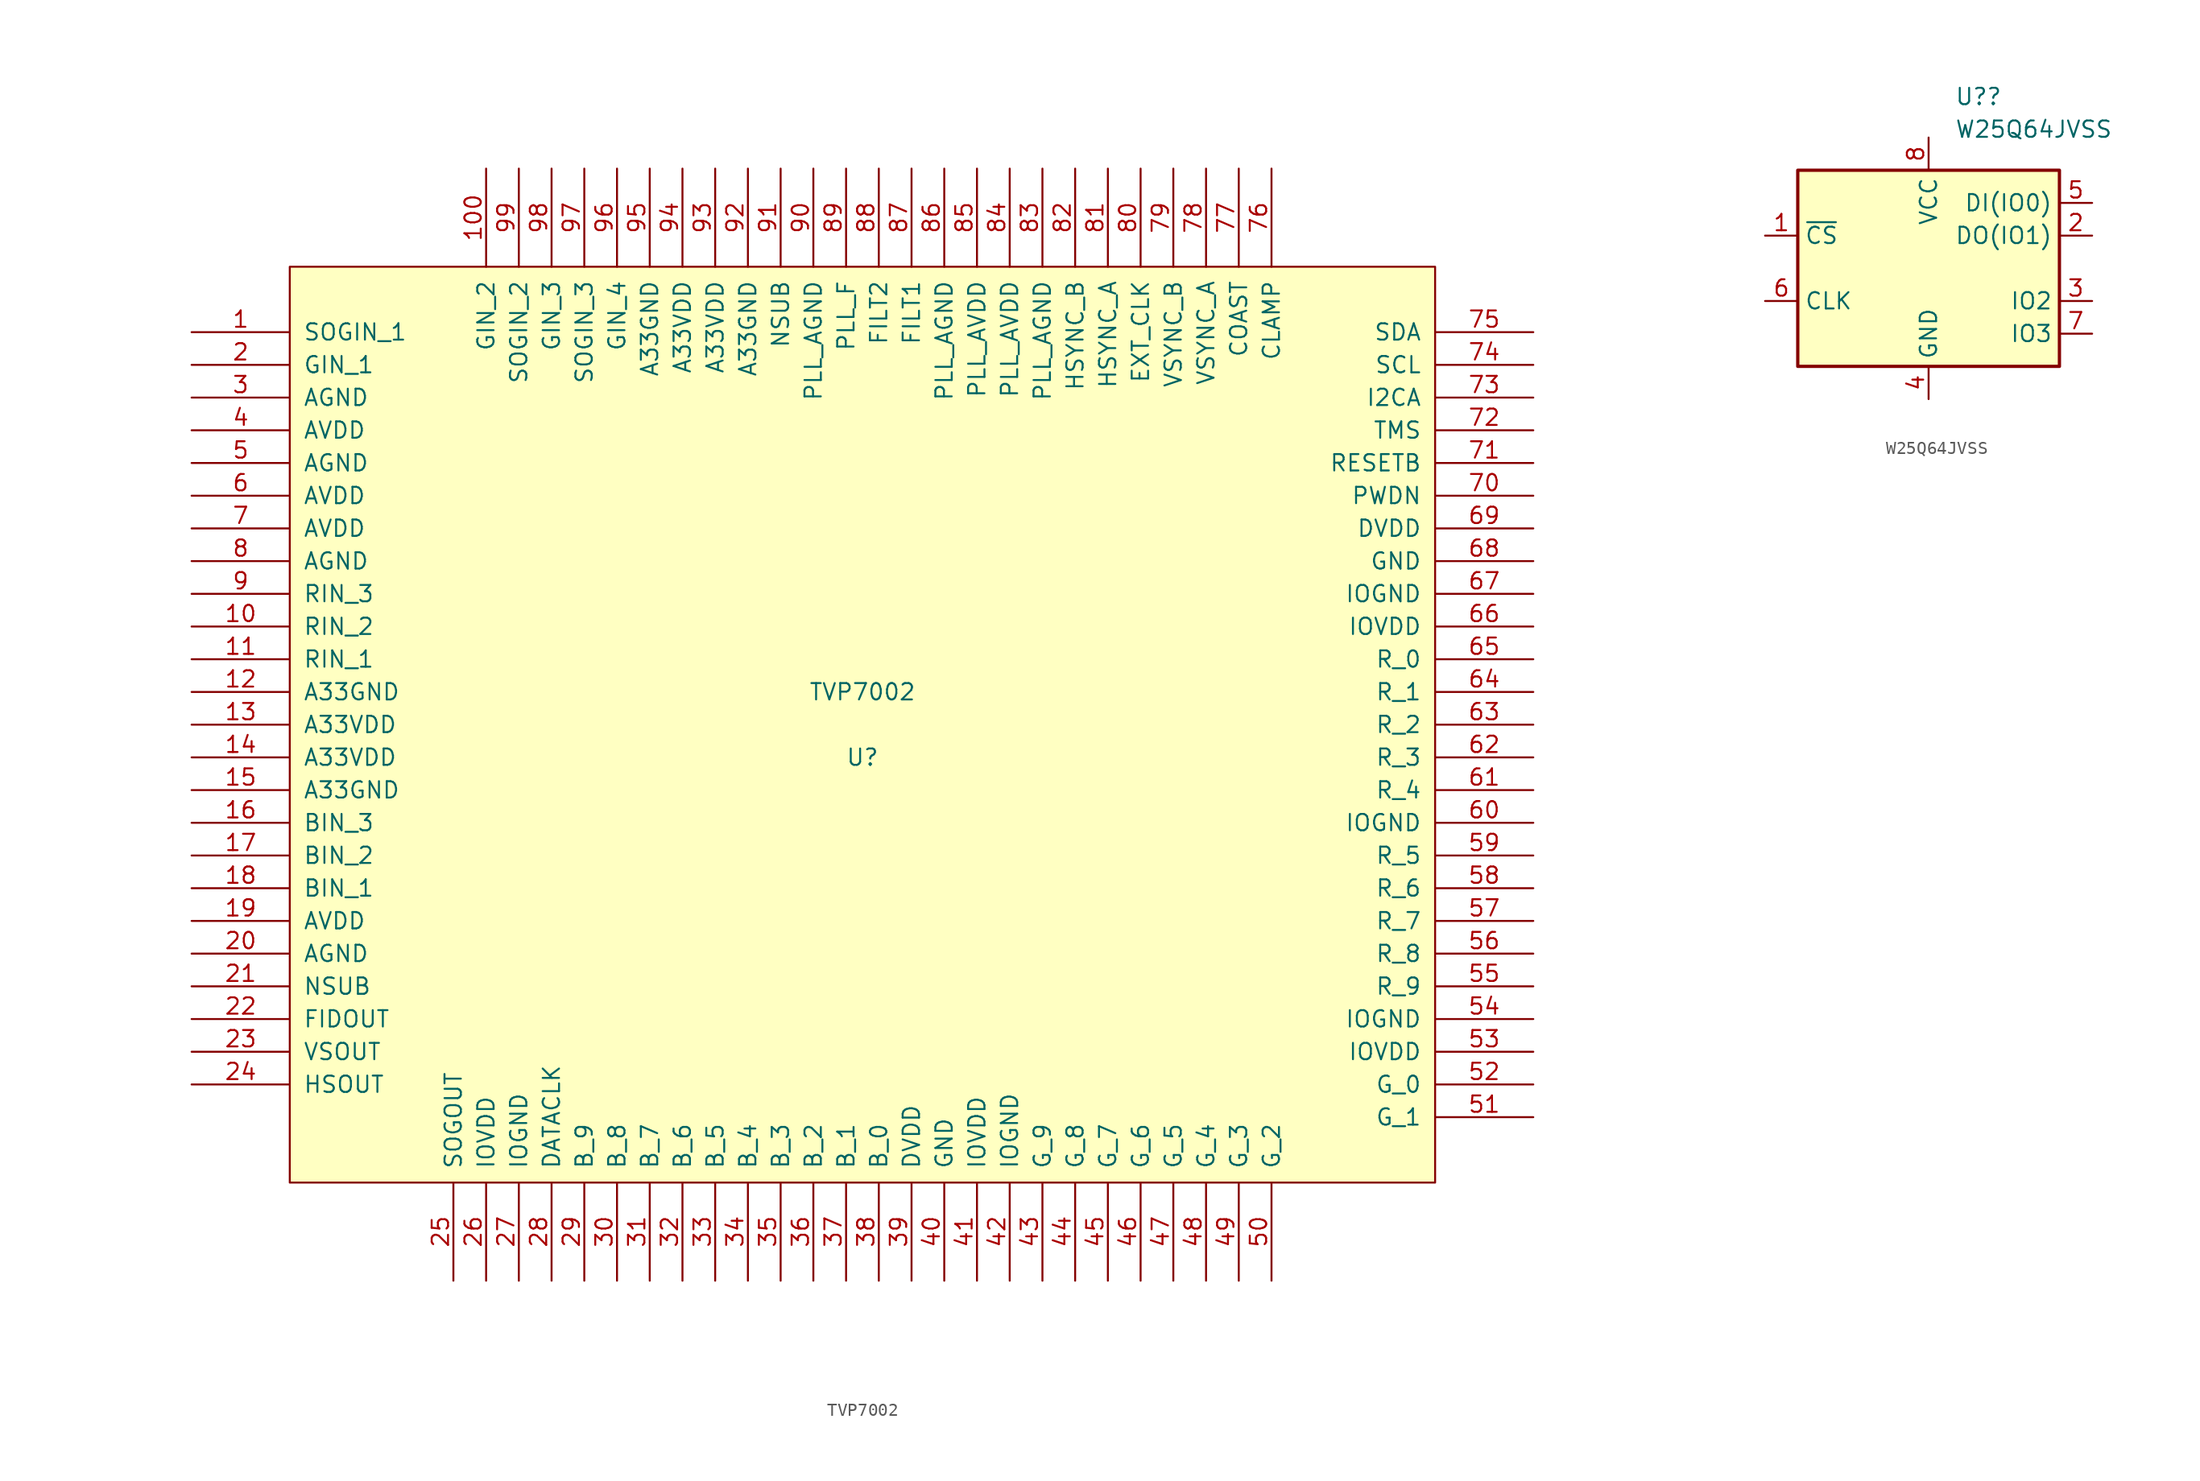
<source format=kicad_sym>
(kicad_symbol_lib
  (version 20211014)
  (generator kicad_symbol_editor)
  (symbol "TVP7002"
    (pin_names
      (offset 1.016))
    (property "Reference" "U"
      (at 0 -2.54 0)
      (effects (font (size 1.27 1.27))))
    (property "Value" "TVP7002"
      (at 0 2.54 0)
      (effects (font (size 1.27 1.27))))
    (symbol "TVP7002_1_0"
      (rectangle (start -44.45 -35.56) (end 44.45 35.56) (stroke (width 0) (type default) (color 0 0 0 0)) (fill (type background))))
    (symbol "TVP7002_1_1"
      (pin input line (at -52.07 30.48 0) (length 7.62) (name "SOGIN_1" (effects (font (size 1.27 1.27)))) (number "1" (effects (font (size 1.27 1.27)))))
      (pin input line (at -52.07 7.62 0) (length 7.62) (name "RIN_2" (effects (font (size 1.27 1.27)))) (number "10" (effects (font (size 1.27 1.27)))))
      (pin input line (at -29.21 43.18 270) (length 7.62) (name "GIN_2" (effects (font (size 1.27 1.27)))) (number "100" (effects (font (size 1.27 1.27)))))
      (pin power_in line (at 11.43 -43.18 90) (length 2.54) hide (name "EP_GND" (effects (font (size 1.27 1.27)))) (number "101" (effects (font (size 1.27 1.27)))))
      (pin input line (at -52.07 5.08 0) (length 7.62) (name "RIN_1" (effects (font (size 1.27 1.27)))) (number "11" (effects (font (size 1.27 1.27)))))
      (pin power_in line (at -52.07 2.54 0) (length 7.62) (name "A33GND" (effects (font (size 1.27 1.27)))) (number "12" (effects (font (size 1.27 1.27)))))
      (pin power_in line (at -52.07 0 0) (length 7.62) (name "A33VDD" (effects (font (size 1.27 1.27)))) (number "13" (effects (font (size 1.27 1.27)))))
      (pin power_in line (at -52.07 -2.54 0) (length 7.62) (name "A33VDD" (effects (font (size 1.27 1.27)))) (number "14" (effects (font (size 1.27 1.27)))))
      (pin power_in line (at -52.07 -5.08 0) (length 7.62) (name "A33GND" (effects (font (size 1.27 1.27)))) (number "15" (effects (font (size 1.27 1.27)))))
      (pin input line (at -52.07 -7.62 0) (length 7.62) (name "BIN_3" (effects (font (size 1.27 1.27)))) (number "16" (effects (font (size 1.27 1.27)))))
      (pin input line (at -52.07 -10.16 0) (length 7.62) (name "BIN_2" (effects (font (size 1.27 1.27)))) (number "17" (effects (font (size 1.27 1.27)))))
      (pin input line (at -52.07 -12.7 0) (length 7.62) (name "BIN_1" (effects (font (size 1.27 1.27)))) (number "18" (effects (font (size 1.27 1.27)))))
      (pin power_in line (at -52.07 -15.24 0) (length 7.62) (name "AVDD" (effects (font (size 1.27 1.27)))) (number "19" (effects (font (size 1.27 1.27)))))
      (pin input line (at -52.07 27.94 0) (length 7.62) (name "GIN_1" (effects (font (size 1.27 1.27)))) (number "2" (effects (font (size 1.27 1.27)))))
      (pin power_in line (at -52.07 -17.78 0) (length 7.62) (name "AGND" (effects (font (size 1.27 1.27)))) (number "20" (effects (font (size 1.27 1.27)))))
      (pin power_in line (at -52.07 -20.32 0) (length 7.62) (name "NSUB" (effects (font (size 1.27 1.27)))) (number "21" (effects (font (size 1.27 1.27)))))
      (pin output line (at -52.07 -22.86 0) (length 7.62) (name "FIDOUT" (effects (font (size 1.27 1.27)))) (number "22" (effects (font (size 1.27 1.27)))))
      (pin output line (at -52.07 -25.4 0) (length 7.62) (name "VSOUT" (effects (font (size 1.27 1.27)))) (number "23" (effects (font (size 1.27 1.27)))))
      (pin output line (at -52.07 -27.94 0) (length 7.62) (name "HSOUT" (effects (font (size 1.27 1.27)))) (number "24" (effects (font (size 1.27 1.27)))))
      (pin output line (at -31.75 -43.18 90) (length 7.62) (name "SOGOUT" (effects (font (size 1.27 1.27)))) (number "25" (effects (font (size 1.27 1.27)))))
      (pin power_in line (at -29.21 -43.18 90) (length 7.62) (name "IOVDD" (effects (font (size 1.27 1.27)))) (number "26" (effects (font (size 1.27 1.27)))))
      (pin power_in line (at -26.67 -43.18 90) (length 7.62) (name "IOGND" (effects (font (size 1.27 1.27)))) (number "27" (effects (font (size 1.27 1.27)))))
      (pin output line (at -24.13 -43.18 90) (length 7.62) (name "DATACLK" (effects (font (size 1.27 1.27)))) (number "28" (effects (font (size 1.27 1.27)))))
      (pin output line (at -21.59 -43.18 90) (length 7.62) (name "B_9" (effects (font (size 1.27 1.27)))) (number "29" (effects (font (size 1.27 1.27)))))
      (pin power_in line (at -52.07 25.4 0) (length 7.62) (name "AGND" (effects (font (size 1.27 1.27)))) (number "3" (effects (font (size 1.27 1.27)))))
      (pin output line (at -19.05 -43.18 90) (length 7.62) (name "B_8" (effects (font (size 1.27 1.27)))) (number "30" (effects (font (size 1.27 1.27)))))
      (pin output line (at -16.51 -43.18 90) (length 7.62) (name "B_7" (effects (font (size 1.27 1.27)))) (number "31" (effects (font (size 1.27 1.27)))))
      (pin output line (at -13.97 -43.18 90) (length 7.62) (name "B_6" (effects (font (size 1.27 1.27)))) (number "32" (effects (font (size 1.27 1.27)))))
      (pin output line (at -11.43 -43.18 90) (length 7.62) (name "B_5" (effects (font (size 1.27 1.27)))) (number "33" (effects (font (size 1.27 1.27)))))
      (pin output line (at -8.89 -43.18 90) (length 7.62) (name "B_4" (effects (font (size 1.27 1.27)))) (number "34" (effects (font (size 1.27 1.27)))))
      (pin output line (at -6.35 -43.18 90) (length 7.62) (name "B_3" (effects (font (size 1.27 1.27)))) (number "35" (effects (font (size 1.27 1.27)))))
      (pin output line (at -3.81 -43.18 90) (length 7.62) (name "B_2" (effects (font (size 1.27 1.27)))) (number "36" (effects (font (size 1.27 1.27)))))
      (pin output line (at -1.27 -43.18 90) (length 7.62) (name "B_1" (effects (font (size 1.27 1.27)))) (number "37" (effects (font (size 1.27 1.27)))))
      (pin output line (at 1.27 -43.18 90) (length 7.62) (name "B_0" (effects (font (size 1.27 1.27)))) (number "38" (effects (font (size 1.27 1.27)))))
      (pin power_in line (at 3.81 -43.18 90) (length 7.62) (name "DVDD" (effects (font (size 1.27 1.27)))) (number "39" (effects (font (size 1.27 1.27)))))
      (pin power_in line (at -52.07 22.86 0) (length 7.62) (name "AVDD" (effects (font (size 1.27 1.27)))) (number "4" (effects (font (size 1.27 1.27)))))
      (pin power_in line (at 6.35 -43.18 90) (length 7.62) (name "GND" (effects (font (size 1.27 1.27)))) (number "40" (effects (font (size 1.27 1.27)))))
      (pin power_in line (at 8.89 -43.18 90) (length 7.62) (name "IOVDD" (effects (font (size 1.27 1.27)))) (number "41" (effects (font (size 1.27 1.27)))))
      (pin power_in line (at 11.43 -43.18 90) (length 7.62) (name "IOGND" (effects (font (size 1.27 1.27)))) (number "42" (effects (font (size 1.27 1.27)))))
      (pin output line (at 13.97 -43.18 90) (length 7.62) (name "G_9" (effects (font (size 1.27 1.27)))) (number "43" (effects (font (size 1.27 1.27)))))
      (pin output line (at 16.51 -43.18 90) (length 7.62) (name "G_8" (effects (font (size 1.27 1.27)))) (number "44" (effects (font (size 1.27 1.27)))))
      (pin output line (at 19.05 -43.18 90) (length 7.62) (name "G_7" (effects (font (size 1.27 1.27)))) (number "45" (effects (font (size 1.27 1.27)))))
      (pin output line (at 21.59 -43.18 90) (length 7.62) (name "G_6" (effects (font (size 1.27 1.27)))) (number "46" (effects (font (size 1.27 1.27)))))
      (pin output line (at 24.13 -43.18 90) (length 7.62) (name "G_5" (effects (font (size 1.27 1.27)))) (number "47" (effects (font (size 1.27 1.27)))))
      (pin output line (at 26.67 -43.18 90) (length 7.62) (name "G_4" (effects (font (size 1.27 1.27)))) (number "48" (effects (font (size 1.27 1.27)))))
      (pin output line (at 29.21 -43.18 90) (length 7.62) (name "G_3" (effects (font (size 1.27 1.27)))) (number "49" (effects (font (size 1.27 1.27)))))
      (pin power_in line (at -52.07 20.32 0) (length 7.62) (name "AGND" (effects (font (size 1.27 1.27)))) (number "5" (effects (font (size 1.27 1.27)))))
      (pin output line (at 31.75 -43.18 90) (length 7.62) (name "G_2" (effects (font (size 1.27 1.27)))) (number "50" (effects (font (size 1.27 1.27)))))
      (pin output line (at 52.07 -30.48 180) (length 7.62) (name "G_1" (effects (font (size 1.27 1.27)))) (number "51" (effects (font (size 1.27 1.27)))))
      (pin output line (at 52.07 -27.94 180) (length 7.62) (name "G_0" (effects (font (size 1.27 1.27)))) (number "52" (effects (font (size 1.27 1.27)))))
      (pin power_in line (at 52.07 -25.4 180) (length 7.62) (name "IOVDD" (effects (font (size 1.27 1.27)))) (number "53" (effects (font (size 1.27 1.27)))))
      (pin power_in line (at 52.07 -22.86 180) (length 7.62) (name "IOGND" (effects (font (size 1.27 1.27)))) (number "54" (effects (font (size 1.27 1.27)))))
      (pin output line (at 52.07 -20.32 180) (length 7.62) (name "R_9" (effects (font (size 1.27 1.27)))) (number "55" (effects (font (size 1.27 1.27)))))
      (pin output line (at 52.07 -17.78 180) (length 7.62) (name "R_8" (effects (font (size 1.27 1.27)))) (number "56" (effects (font (size 1.27 1.27)))))
      (pin output line (at 52.07 -15.24 180) (length 7.62) (name "R_7" (effects (font (size 1.27 1.27)))) (number "57" (effects (font (size 1.27 1.27)))))
      (pin output line (at 52.07 -12.7 180) (length 7.62) (name "R_6" (effects (font (size 1.27 1.27)))) (number "58" (effects (font (size 1.27 1.27)))))
      (pin output line (at 52.07 -10.16 180) (length 7.62) (name "R_5" (effects (font (size 1.27 1.27)))) (number "59" (effects (font (size 1.27 1.27)))))
      (pin power_in line (at -52.07 17.78 0) (length 7.62) (name "AVDD" (effects (font (size 1.27 1.27)))) (number "6" (effects (font (size 1.27 1.27)))))
      (pin power_in line (at 52.07 -7.62 180) (length 7.62) (name "IOGND" (effects (font (size 1.27 1.27)))) (number "60" (effects (font (size 1.27 1.27)))))
      (pin output line (at 52.07 -5.08 180) (length 7.62) (name "R_4" (effects (font (size 1.27 1.27)))) (number "61" (effects (font (size 1.27 1.27)))))
      (pin output line (at 52.07 -2.54 180) (length 7.62) (name "R_3" (effects (font (size 1.27 1.27)))) (number "62" (effects (font (size 1.27 1.27)))))
      (pin output line (at 52.07 0 180) (length 7.62) (name "R_2" (effects (font (size 1.27 1.27)))) (number "63" (effects (font (size 1.27 1.27)))))
      (pin output line (at 52.07 2.54 180) (length 7.62) (name "R_1" (effects (font (size 1.27 1.27)))) (number "64" (effects (font (size 1.27 1.27)))))
      (pin output line (at 52.07 5.08 180) (length 7.62) (name "R_0" (effects (font (size 1.27 1.27)))) (number "65" (effects (font (size 1.27 1.27)))))
      (pin power_in line (at 52.07 7.62 180) (length 7.62) (name "IOVDD" (effects (font (size 1.27 1.27)))) (number "66" (effects (font (size 1.27 1.27)))))
      (pin power_in line (at 52.07 10.16 180) (length 7.62) (name "IOGND" (effects (font (size 1.27 1.27)))) (number "67" (effects (font (size 1.27 1.27)))))
      (pin power_in line (at 52.07 12.7 180) (length 7.62) (name "GND" (effects (font (size 1.27 1.27)))) (number "68" (effects (font (size 1.27 1.27)))))
      (pin power_in line (at 52.07 15.24 180) (length 7.62) (name "DVDD" (effects (font (size 1.27 1.27)))) (number "69" (effects (font (size 1.27 1.27)))))
      (pin power_in line (at -52.07 15.24 0) (length 7.62) (name "AVDD" (effects (font (size 1.27 1.27)))) (number "7" (effects (font (size 1.27 1.27)))))
      (pin input line (at 52.07 17.78 180) (length 7.62) (name "PWDN" (effects (font (size 1.27 1.27)))) (number "70" (effects (font (size 1.27 1.27)))))
      (pin input line (at 52.07 20.32 180) (length 7.62) (name "RESETB" (effects (font (size 1.27 1.27)))) (number "71" (effects (font (size 1.27 1.27)))))
      (pin input line (at 52.07 22.86 180) (length 7.62) (name "TMS" (effects (font (size 1.27 1.27)))) (number "72" (effects (font (size 1.27 1.27)))))
      (pin passive line (at 52.07 25.4 180) (length 7.62) (name "I2CA" (effects (font (size 1.27 1.27)))) (number "73" (effects (font (size 1.27 1.27)))))
      (pin tri_state line (at 52.07 27.94 180) (length 7.62) (name "SCL" (effects (font (size 1.27 1.27)))) (number "74" (effects (font (size 1.27 1.27)))))
      (pin tri_state line (at 52.07 30.48 180) (length 7.62) (name "SDA" (effects (font (size 1.27 1.27)))) (number "75" (effects (font (size 1.27 1.27)))))
      (pin input line (at 31.75 43.18 270) (length 7.62) (name "CLAMP" (effects (font (size 1.27 1.27)))) (number "76" (effects (font (size 1.27 1.27)))))
      (pin input line (at 29.21 43.18 270) (length 7.62) (name "COAST" (effects (font (size 1.27 1.27)))) (number "77" (effects (font (size 1.27 1.27)))))
      (pin input line (at 26.67 43.18 270) (length 7.62) (name "VSYNC_A" (effects (font (size 1.27 1.27)))) (number "78" (effects (font (size 1.27 1.27)))))
      (pin input line (at 24.13 43.18 270) (length 7.62) (name "VSYNC_B" (effects (font (size 1.27 1.27)))) (number "79" (effects (font (size 1.27 1.27)))))
      (pin power_in line (at -52.07 12.7 0) (length 7.62) (name "AGND" (effects (font (size 1.27 1.27)))) (number "8" (effects (font (size 1.27 1.27)))))
      (pin input line (at 21.59 43.18 270) (length 7.62) (name "EXT_CLK" (effects (font (size 1.27 1.27)))) (number "80" (effects (font (size 1.27 1.27)))))
      (pin input line (at 19.05 43.18 270) (length 7.62) (name "HSYNC_A" (effects (font (size 1.27 1.27)))) (number "81" (effects (font (size 1.27 1.27)))))
      (pin input line (at 16.51 43.18 270) (length 7.62) (name "HSYNC_B" (effects (font (size 1.27 1.27)))) (number "82" (effects (font (size 1.27 1.27)))))
      (pin power_in line (at 13.97 43.18 270) (length 7.62) (name "PLL_AGND" (effects (font (size 1.27 1.27)))) (number "83" (effects (font (size 1.27 1.27)))))
      (pin power_in line (at 11.43 43.18 270) (length 7.62) (name "PLL_AVDD" (effects (font (size 1.27 1.27)))) (number "84" (effects (font (size 1.27 1.27)))))
      (pin power_in line (at 8.89 43.18 270) (length 7.62) (name "PLL_AVDD" (effects (font (size 1.27 1.27)))) (number "85" (effects (font (size 1.27 1.27)))))
      (pin power_in line (at 6.35 43.18 270) (length 7.62) (name "PLL_AGND" (effects (font (size 1.27 1.27)))) (number "86" (effects (font (size 1.27 1.27)))))
      (pin passive line (at 3.81 43.18 270) (length 7.62) (name "FILT1" (effects (font (size 1.27 1.27)))) (number "87" (effects (font (size 1.27 1.27)))))
      (pin passive line (at 1.27 43.18 270) (length 7.62) (name "FILT2" (effects (font (size 1.27 1.27)))) (number "88" (effects (font (size 1.27 1.27)))))
      (pin passive line (at -1.27 43.18 270) (length 7.62) (name "PLL_F" (effects (font (size 1.27 1.27)))) (number "89" (effects (font (size 1.27 1.27)))))
      (pin input line (at -52.07 10.16 0) (length 7.62) (name "RIN_3" (effects (font (size 1.27 1.27)))) (number "9" (effects (font (size 1.27 1.27)))))
      (pin power_in line (at -3.81 43.18 270) (length 7.62) (name "PLL_AGND" (effects (font (size 1.27 1.27)))) (number "90" (effects (font (size 1.27 1.27)))))
      (pin power_in line (at -6.35 43.18 270) (length 7.62) (name "NSUB" (effects (font (size 1.27 1.27)))) (number "91" (effects (font (size 1.27 1.27)))))
      (pin power_in line (at -8.89 43.18 270) (length 7.62) (name "A33GND" (effects (font (size 1.27 1.27)))) (number "92" (effects (font (size 1.27 1.27)))))
      (pin power_in line (at -11.43 43.18 270) (length 7.62) (name "A33VDD" (effects (font (size 1.27 1.27)))) (number "93" (effects (font (size 1.27 1.27)))))
      (pin power_in line (at -13.97 43.18 270) (length 7.62) (name "A33VDD" (effects (font (size 1.27 1.27)))) (number "94" (effects (font (size 1.27 1.27)))))
      (pin power_in line (at -16.51 43.18 270) (length 7.62) (name "A33GND" (effects (font (size 1.27 1.27)))) (number "95" (effects (font (size 1.27 1.27)))))
      (pin input line (at -19.05 43.18 270) (length 7.62) (name "GIN_4" (effects (font (size 1.27 1.27)))) (number "96" (effects (font (size 1.27 1.27)))))
      (pin input line (at -21.59 43.18 270) (length 7.62) (name "SOGIN_3" (effects (font (size 1.27 1.27)))) (number "97" (effects (font (size 1.27 1.27)))))
      (pin input line (at -24.13 43.18 270) (length 7.62) (name "GIN_3" (effects (font (size 1.27 1.27)))) (number "98" (effects (font (size 1.27 1.27)))))
      (pin input line (at -26.67 43.18 270) (length 7.62) (name "SOGIN_2" (effects (font (size 1.27 1.27)))) (number "99" (effects (font (size 1.27 1.27)))))))
  (symbol "W25Q64JVSS"
    (property "Reference" "U?"
      (at 2.019 13.335 0)
      (effects (font (size 1.27 1.27)) (justify left)))
    (property "Value" "W25Q64JVSS"
      (at 2.019 10.795 0)
      (effects (font (size 1.27 1.27)) (justify left)))
    (symbol "W25Q64JVSS_0_1"
      (rectangle (start -10.16 7.62) (end 10.16 -7.62) (stroke (width 0.254) (type default) (color 0 0 0 0)) (fill (type background))))
    (symbol "W25Q64JVSS_1_1"
      (pin input line (at -12.7 2.54 0) (length 2.54) (name "~{CS}" (effects (font (size 1.27 1.27)))) (number "1" (effects (font (size 1.27 1.27)))))
      (pin bidirectional line (at 12.7 2.54 180) (length 2.54) (name "DO(IO1)" (effects (font (size 1.27 1.27)))) (number "2" (effects (font (size 1.27 1.27)))))
      (pin bidirectional line (at 12.7 -2.54 180) (length 2.54) (name "IO2" (effects (font (size 1.27 1.27)))) (number "3" (effects (font (size 1.27 1.27)))))
      (pin power_in line (at 0 -10.16 90) (length 2.54) (name "GND" (effects (font (size 1.27 1.27)))) (number "4" (effects (font (size 1.27 1.27)))))
      (pin bidirectional line (at 12.7 5.08 180) (length 2.54) (name "DI(IO0)" (effects (font (size 1.27 1.27)))) (number "5" (effects (font (size 1.27 1.27)))))
      (pin input line (at -12.7 -2.54 0) (length 2.54) (name "CLK" (effects (font (size 1.27 1.27)))) (number "6" (effects (font (size 1.27 1.27)))))
      (pin bidirectional line (at 12.7 -5.08 180) (length 2.54) (name "IO3" (effects (font (size 1.27 1.27)))) (number "7" (effects (font (size 1.27 1.27)))))
      (pin power_in line (at 0 10.16 270) (length 2.54) (name "VCC" (effects (font (size 1.27 1.27)))) (number "8" (effects (font (size 1.27 1.27))))))))
</source>
